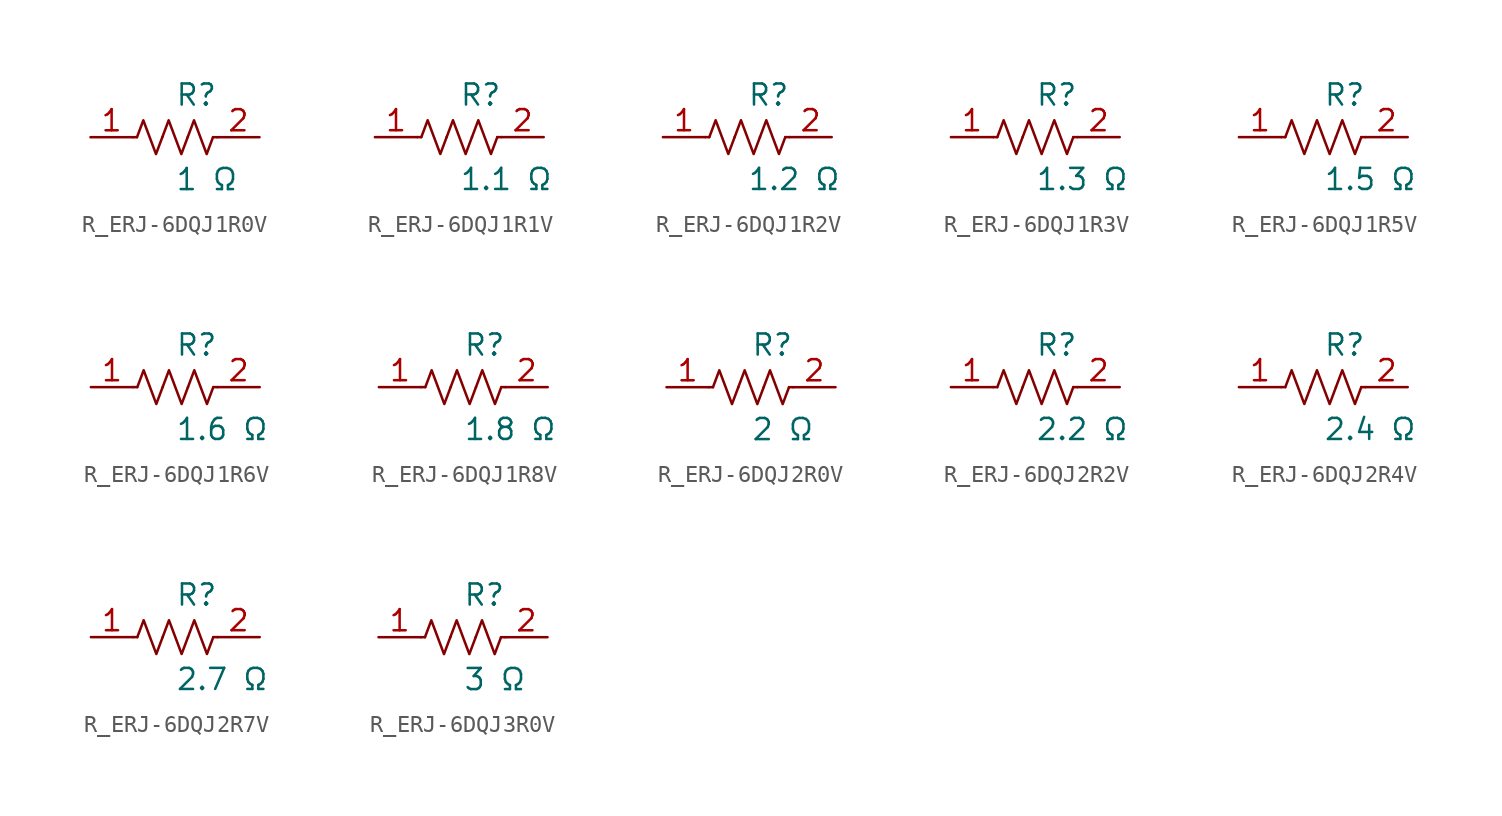
<source format=kicad_sym>
(kicad_symbol_lib
  (version 20231120)
  (generator kicad_symbol_editor)
  (generator_version 8.0)
  (symbol "R_ERJ-6DQJ1R0V"
    (pin_names
      (offset 0.254))
    (property "Reference" "R"
      (at 0 2.54 0)
      (effects (font (size 1.27 1.27)) (justify left)))
    (property "Value" "1 Ω"
      (at 0 -2.54 0)
      (effects (font (size 1.27 1.27)) (justify left)))
    (symbol "R_ERJ-6DQJ1R0V_0_1"
      (polyline (pts (xy 2.286 0) (xy 2.54 0)) (stroke (width 0) (type default)) (fill (type none)))
      (polyline (pts (xy -2.286 0) (xy -2.54 0)) (stroke (width 0) (type default)) (fill (type none)))
      (polyline (pts (xy 0.762 0) (xy 1.143 1.016) (xy 1.524 0) (xy 1.905 -1.016) (xy 2.286 0)) (stroke (width 0) (type default)) (fill (type none)))
      (polyline (pts (xy -0.762 0) (xy -0.381 1.016) (xy 0 0) (xy 0.381 -1.016) (xy 0.762 0)) (stroke (width 0) (type default)) (fill (type none)))
      (polyline (pts (xy -2.286 0) (xy -1.905 1.016) (xy -1.524 0) (xy -1.143 -1.016) (xy -0.762 0)) (stroke (width 0) (type default)) (fill (type none))))
    (pin passive line
      (at -5.08 0 0)
      (length 2.54)
      (name "" (effects (font (size 1.27 1.27))))
      (number "1" (effects (font (size 1.27 1.27)))))
    (pin passive line
      (at 5.08 0 180)
      (length 2.54)
      (name "" (effects (font (size 1.27 1.27))))
      (number "2" (effects (font (size 1.27 1.27))))))
  (symbol "R_ERJ-6DQJ1R1V"
    (pin_names
      (offset 0.254))
    (property "Reference" "R"
      (at 0 2.54 0)
      (effects (font (size 1.27 1.27)) (justify left)))
    (property "Value" "1.1 Ω"
      (at 0 -2.54 0)
      (effects (font (size 1.27 1.27)) (justify left)))
    (symbol "R_ERJ-6DQJ1R1V_0_1"
      (polyline (pts (xy 2.286 0) (xy 2.54 0)) (stroke (width 0) (type default)) (fill (type none)))
      (polyline (pts (xy -2.286 0) (xy -2.54 0)) (stroke (width 0) (type default)) (fill (type none)))
      (polyline (pts (xy 0.762 0) (xy 1.143 1.016) (xy 1.524 0) (xy 1.905 -1.016) (xy 2.286 0)) (stroke (width 0) (type default)) (fill (type none)))
      (polyline (pts (xy -0.762 0) (xy -0.381 1.016) (xy 0 0) (xy 0.381 -1.016) (xy 0.762 0)) (stroke (width 0) (type default)) (fill (type none)))
      (polyline (pts (xy -2.286 0) (xy -1.905 1.016) (xy -1.524 0) (xy -1.143 -1.016) (xy -0.762 0)) (stroke (width 0) (type default)) (fill (type none))))
    (pin passive line
      (at -5.08 0 0)
      (length 2.54)
      (name "" (effects (font (size 1.27 1.27))))
      (number "1" (effects (font (size 1.27 1.27)))))
    (pin passive line
      (at 5.08 0 180)
      (length 2.54)
      (name "" (effects (font (size 1.27 1.27))))
      (number "2" (effects (font (size 1.27 1.27))))))
  (symbol "R_ERJ-6DQJ1R2V"
    (pin_names
      (offset 0.254))
    (property "Reference" "R"
      (at 0 2.54 0)
      (effects (font (size 1.27 1.27)) (justify left)))
    (property "Value" "1.2 Ω"
      (at 0 -2.54 0)
      (effects (font (size 1.27 1.27)) (justify left)))
    (symbol "R_ERJ-6DQJ1R2V_0_1"
      (polyline (pts (xy 2.286 0) (xy 2.54 0)) (stroke (width 0) (type default)) (fill (type none)))
      (polyline (pts (xy -2.286 0) (xy -2.54 0)) (stroke (width 0) (type default)) (fill (type none)))
      (polyline (pts (xy 0.762 0) (xy 1.143 1.016) (xy 1.524 0) (xy 1.905 -1.016) (xy 2.286 0)) (stroke (width 0) (type default)) (fill (type none)))
      (polyline (pts (xy -0.762 0) (xy -0.381 1.016) (xy 0 0) (xy 0.381 -1.016) (xy 0.762 0)) (stroke (width 0) (type default)) (fill (type none)))
      (polyline (pts (xy -2.286 0) (xy -1.905 1.016) (xy -1.524 0) (xy -1.143 -1.016) (xy -0.762 0)) (stroke (width 0) (type default)) (fill (type none))))
    (pin passive line
      (at -5.08 0 0)
      (length 2.54)
      (name "" (effects (font (size 1.27 1.27))))
      (number "1" (effects (font (size 1.27 1.27)))))
    (pin passive line
      (at 5.08 0 180)
      (length 2.54)
      (name "" (effects (font (size 1.27 1.27))))
      (number "2" (effects (font (size 1.27 1.27))))))
  (symbol "R_ERJ-6DQJ1R3V"
    (pin_names
      (offset 0.254))
    (property "Reference" "R"
      (at 0 2.54 0)
      (effects (font (size 1.27 1.27)) (justify left)))
    (property "Value" "1.3 Ω"
      (at 0 -2.54 0)
      (effects (font (size 1.27 1.27)) (justify left)))
    (symbol "R_ERJ-6DQJ1R3V_0_1"
      (polyline (pts (xy 2.286 0) (xy 2.54 0)) (stroke (width 0) (type default)) (fill (type none)))
      (polyline (pts (xy -2.286 0) (xy -2.54 0)) (stroke (width 0) (type default)) (fill (type none)))
      (polyline (pts (xy 0.762 0) (xy 1.143 1.016) (xy 1.524 0) (xy 1.905 -1.016) (xy 2.286 0)) (stroke (width 0) (type default)) (fill (type none)))
      (polyline (pts (xy -0.762 0) (xy -0.381 1.016) (xy 0 0) (xy 0.381 -1.016) (xy 0.762 0)) (stroke (width 0) (type default)) (fill (type none)))
      (polyline (pts (xy -2.286 0) (xy -1.905 1.016) (xy -1.524 0) (xy -1.143 -1.016) (xy -0.762 0)) (stroke (width 0) (type default)) (fill (type none))))
    (pin passive line
      (at -5.08 0 0)
      (length 2.54)
      (name "" (effects (font (size 1.27 1.27))))
      (number "1" (effects (font (size 1.27 1.27)))))
    (pin passive line
      (at 5.08 0 180)
      (length 2.54)
      (name "" (effects (font (size 1.27 1.27))))
      (number "2" (effects (font (size 1.27 1.27))))))
  (symbol "R_ERJ-6DQJ1R5V"
    (pin_names
      (offset 0.254))
    (property "Reference" "R"
      (at 0 2.54 0)
      (effects (font (size 1.27 1.27)) (justify left)))
    (property "Value" "1.5 Ω"
      (at 0 -2.54 0)
      (effects (font (size 1.27 1.27)) (justify left)))
    (symbol "R_ERJ-6DQJ1R5V_0_1"
      (polyline (pts (xy 2.286 0) (xy 2.54 0)) (stroke (width 0) (type default)) (fill (type none)))
      (polyline (pts (xy -2.286 0) (xy -2.54 0)) (stroke (width 0) (type default)) (fill (type none)))
      (polyline (pts (xy 0.762 0) (xy 1.143 1.016) (xy 1.524 0) (xy 1.905 -1.016) (xy 2.286 0)) (stroke (width 0) (type default)) (fill (type none)))
      (polyline (pts (xy -0.762 0) (xy -0.381 1.016) (xy 0 0) (xy 0.381 -1.016) (xy 0.762 0)) (stroke (width 0) (type default)) (fill (type none)))
      (polyline (pts (xy -2.286 0) (xy -1.905 1.016) (xy -1.524 0) (xy -1.143 -1.016) (xy -0.762 0)) (stroke (width 0) (type default)) (fill (type none))))
    (pin passive line
      (at -5.08 0 0)
      (length 2.54)
      (name "" (effects (font (size 1.27 1.27))))
      (number "1" (effects (font (size 1.27 1.27)))))
    (pin passive line
      (at 5.08 0 180)
      (length 2.54)
      (name "" (effects (font (size 1.27 1.27))))
      (number "2" (effects (font (size 1.27 1.27))))))
  (symbol "R_ERJ-6DQJ1R6V"
    (pin_names
      (offset 0.254))
    (property "Reference" "R"
      (at 0 2.54 0)
      (effects (font (size 1.27 1.27)) (justify left)))
    (property "Value" "1.6 Ω"
      (at 0 -2.54 0)
      (effects (font (size 1.27 1.27)) (justify left)))
    (symbol "R_ERJ-6DQJ1R6V_0_1"
      (polyline (pts (xy 2.286 0) (xy 2.54 0)) (stroke (width 0) (type default)) (fill (type none)))
      (polyline (pts (xy -2.286 0) (xy -2.54 0)) (stroke (width 0) (type default)) (fill (type none)))
      (polyline (pts (xy 0.762 0) (xy 1.143 1.016) (xy 1.524 0) (xy 1.905 -1.016) (xy 2.286 0)) (stroke (width 0) (type default)) (fill (type none)))
      (polyline (pts (xy -0.762 0) (xy -0.381 1.016) (xy 0 0) (xy 0.381 -1.016) (xy 0.762 0)) (stroke (width 0) (type default)) (fill (type none)))
      (polyline (pts (xy -2.286 0) (xy -1.905 1.016) (xy -1.524 0) (xy -1.143 -1.016) (xy -0.762 0)) (stroke (width 0) (type default)) (fill (type none))))
    (pin passive line
      (at -5.08 0 0)
      (length 2.54)
      (name "" (effects (font (size 1.27 1.27))))
      (number "1" (effects (font (size 1.27 1.27)))))
    (pin passive line
      (at 5.08 0 180)
      (length 2.54)
      (name "" (effects (font (size 1.27 1.27))))
      (number "2" (effects (font (size 1.27 1.27))))))
  (symbol "R_ERJ-6DQJ1R8V"
    (pin_names
      (offset 0.254))
    (property "Reference" "R"
      (at 0 2.54 0)
      (effects (font (size 1.27 1.27)) (justify left)))
    (property "Value" "1.8 Ω"
      (at 0 -2.54 0)
      (effects (font (size 1.27 1.27)) (justify left)))
    (symbol "R_ERJ-6DQJ1R8V_0_1"
      (polyline (pts (xy 2.286 0) (xy 2.54 0)) (stroke (width 0) (type default)) (fill (type none)))
      (polyline (pts (xy -2.286 0) (xy -2.54 0)) (stroke (width 0) (type default)) (fill (type none)))
      (polyline (pts (xy 0.762 0) (xy 1.143 1.016) (xy 1.524 0) (xy 1.905 -1.016) (xy 2.286 0)) (stroke (width 0) (type default)) (fill (type none)))
      (polyline (pts (xy -0.762 0) (xy -0.381 1.016) (xy 0 0) (xy 0.381 -1.016) (xy 0.762 0)) (stroke (width 0) (type default)) (fill (type none)))
      (polyline (pts (xy -2.286 0) (xy -1.905 1.016) (xy -1.524 0) (xy -1.143 -1.016) (xy -0.762 0)) (stroke (width 0) (type default)) (fill (type none))))
    (pin passive line
      (at -5.08 0 0)
      (length 2.54)
      (name "" (effects (font (size 1.27 1.27))))
      (number "1" (effects (font (size 1.27 1.27)))))
    (pin passive line
      (at 5.08 0 180)
      (length 2.54)
      (name "" (effects (font (size 1.27 1.27))))
      (number "2" (effects (font (size 1.27 1.27))))))
  (symbol "R_ERJ-6DQJ2R0V"
    (pin_names
      (offset 0.254))
    (property "Reference" "R"
      (at 0 2.54 0)
      (effects (font (size 1.27 1.27)) (justify left)))
    (property "Value" "2 Ω"
      (at 0 -2.54 0)
      (effects (font (size 1.27 1.27)) (justify left)))
    (symbol "R_ERJ-6DQJ2R0V_0_1"
      (polyline (pts (xy 2.286 0) (xy 2.54 0)) (stroke (width 0) (type default)) (fill (type none)))
      (polyline (pts (xy -2.286 0) (xy -2.54 0)) (stroke (width 0) (type default)) (fill (type none)))
      (polyline (pts (xy 0.762 0) (xy 1.143 1.016) (xy 1.524 0) (xy 1.905 -1.016) (xy 2.286 0)) (stroke (width 0) (type default)) (fill (type none)))
      (polyline (pts (xy -0.762 0) (xy -0.381 1.016) (xy 0 0) (xy 0.381 -1.016) (xy 0.762 0)) (stroke (width 0) (type default)) (fill (type none)))
      (polyline (pts (xy -2.286 0) (xy -1.905 1.016) (xy -1.524 0) (xy -1.143 -1.016) (xy -0.762 0)) (stroke (width 0) (type default)) (fill (type none))))
    (pin passive line
      (at -5.08 0 0)
      (length 2.54)
      (name "" (effects (font (size 1.27 1.27))))
      (number "1" (effects (font (size 1.27 1.27)))))
    (pin passive line
      (at 5.08 0 180)
      (length 2.54)
      (name "" (effects (font (size 1.27 1.27))))
      (number "2" (effects (font (size 1.27 1.27))))))
  (symbol "R_ERJ-6DQJ2R2V"
    (pin_names
      (offset 0.254))
    (property "Reference" "R"
      (at 0 2.54 0)
      (effects (font (size 1.27 1.27)) (justify left)))
    (property "Value" "2.2 Ω"
      (at 0 -2.54 0)
      (effects (font (size 1.27 1.27)) (justify left)))
    (symbol "R_ERJ-6DQJ2R2V_0_1"
      (polyline (pts (xy 2.286 0) (xy 2.54 0)) (stroke (width 0) (type default)) (fill (type none)))
      (polyline (pts (xy -2.286 0) (xy -2.54 0)) (stroke (width 0) (type default)) (fill (type none)))
      (polyline (pts (xy 0.762 0) (xy 1.143 1.016) (xy 1.524 0) (xy 1.905 -1.016) (xy 2.286 0)) (stroke (width 0) (type default)) (fill (type none)))
      (polyline (pts (xy -0.762 0) (xy -0.381 1.016) (xy 0 0) (xy 0.381 -1.016) (xy 0.762 0)) (stroke (width 0) (type default)) (fill (type none)))
      (polyline (pts (xy -2.286 0) (xy -1.905 1.016) (xy -1.524 0) (xy -1.143 -1.016) (xy -0.762 0)) (stroke (width 0) (type default)) (fill (type none))))
    (pin passive line
      (at -5.08 0 0)
      (length 2.54)
      (name "" (effects (font (size 1.27 1.27))))
      (number "1" (effects (font (size 1.27 1.27)))))
    (pin passive line
      (at 5.08 0 180)
      (length 2.54)
      (name "" (effects (font (size 1.27 1.27))))
      (number "2" (effects (font (size 1.27 1.27))))))
  (symbol "R_ERJ-6DQJ2R4V"
    (pin_names
      (offset 0.254))
    (property "Reference" "R"
      (at 0 2.54 0)
      (effects (font (size 1.27 1.27)) (justify left)))
    (property "Value" "2.4 Ω"
      (at 0 -2.54 0)
      (effects (font (size 1.27 1.27)) (justify left)))
    (symbol "R_ERJ-6DQJ2R4V_0_1"
      (polyline (pts (xy 2.286 0) (xy 2.54 0)) (stroke (width 0) (type default)) (fill (type none)))
      (polyline (pts (xy -2.286 0) (xy -2.54 0)) (stroke (width 0) (type default)) (fill (type none)))
      (polyline (pts (xy 0.762 0) (xy 1.143 1.016) (xy 1.524 0) (xy 1.905 -1.016) (xy 2.286 0)) (stroke (width 0) (type default)) (fill (type none)))
      (polyline (pts (xy -0.762 0) (xy -0.381 1.016) (xy 0 0) (xy 0.381 -1.016) (xy 0.762 0)) (stroke (width 0) (type default)) (fill (type none)))
      (polyline (pts (xy -2.286 0) (xy -1.905 1.016) (xy -1.524 0) (xy -1.143 -1.016) (xy -0.762 0)) (stroke (width 0) (type default)) (fill (type none))))
    (pin passive line
      (at -5.08 0 0)
      (length 2.54)
      (name "" (effects (font (size 1.27 1.27))))
      (number "1" (effects (font (size 1.27 1.27)))))
    (pin passive line
      (at 5.08 0 180)
      (length 2.54)
      (name "" (effects (font (size 1.27 1.27))))
      (number "2" (effects (font (size 1.27 1.27))))))
  (symbol "R_ERJ-6DQJ2R7V"
    (pin_names
      (offset 0.254))
    (property "Reference" "R"
      (at 0 2.54 0)
      (effects (font (size 1.27 1.27)) (justify left)))
    (property "Value" "2.7 Ω"
      (at 0 -2.54 0)
      (effects (font (size 1.27 1.27)) (justify left)))
    (symbol "R_ERJ-6DQJ2R7V_0_1"
      (polyline (pts (xy 2.286 0) (xy 2.54 0)) (stroke (width 0) (type default)) (fill (type none)))
      (polyline (pts (xy -2.286 0) (xy -2.54 0)) (stroke (width 0) (type default)) (fill (type none)))
      (polyline (pts (xy 0.762 0) (xy 1.143 1.016) (xy 1.524 0) (xy 1.905 -1.016) (xy 2.286 0)) (stroke (width 0) (type default)) (fill (type none)))
      (polyline (pts (xy -0.762 0) (xy -0.381 1.016) (xy 0 0) (xy 0.381 -1.016) (xy 0.762 0)) (stroke (width 0) (type default)) (fill (type none)))
      (polyline (pts (xy -2.286 0) (xy -1.905 1.016) (xy -1.524 0) (xy -1.143 -1.016) (xy -0.762 0)) (stroke (width 0) (type default)) (fill (type none))))
    (pin passive line
      (at -5.08 0 0)
      (length 2.54)
      (name "" (effects (font (size 1.27 1.27))))
      (number "1" (effects (font (size 1.27 1.27)))))
    (pin passive line
      (at 5.08 0 180)
      (length 2.54)
      (name "" (effects (font (size 1.27 1.27))))
      (number "2" (effects (font (size 1.27 1.27))))))
  (symbol "R_ERJ-6DQJ3R0V"
    (pin_names
      (offset 0.254))
    (property "Reference" "R"
      (at 0 2.54 0)
      (effects (font (size 1.27 1.27)) (justify left)))
    (property "Value" "3 Ω"
      (at 0 -2.54 0)
      (effects (font (size 1.27 1.27)) (justify left)))
    (symbol "R_ERJ-6DQJ3R0V_0_1"
      (polyline (pts (xy 2.286 0) (xy 2.54 0)) (stroke (width 0) (type default)) (fill (type none)))
      (polyline (pts (xy -2.286 0) (xy -2.54 0)) (stroke (width 0) (type default)) (fill (type none)))
      (polyline (pts (xy 0.762 0) (xy 1.143 1.016) (xy 1.524 0) (xy 1.905 -1.016) (xy 2.286 0)) (stroke (width 0) (type default)) (fill (type none)))
      (polyline (pts (xy -0.762 0) (xy -0.381 1.016) (xy 0 0) (xy 0.381 -1.016) (xy 0.762 0)) (stroke (width 0) (type default)) (fill (type none)))
      (polyline (pts (xy -2.286 0) (xy -1.905 1.016) (xy -1.524 0) (xy -1.143 -1.016) (xy -0.762 0)) (stroke (width 0) (type default)) (fill (type none))))
    (pin passive line
      (at -5.08 0 0)
      (length 2.54)
      (name "" (effects (font (size 1.27 1.27))))
      (number "1" (effects (font (size 1.27 1.27)))))
    (pin passive line
      (at 5.08 0 180)
      (length 2.54)
      (name "" (effects (font (size 1.27 1.27))))
      (number "2" (effects (font (size 1.27 1.27)))))))
</source>
